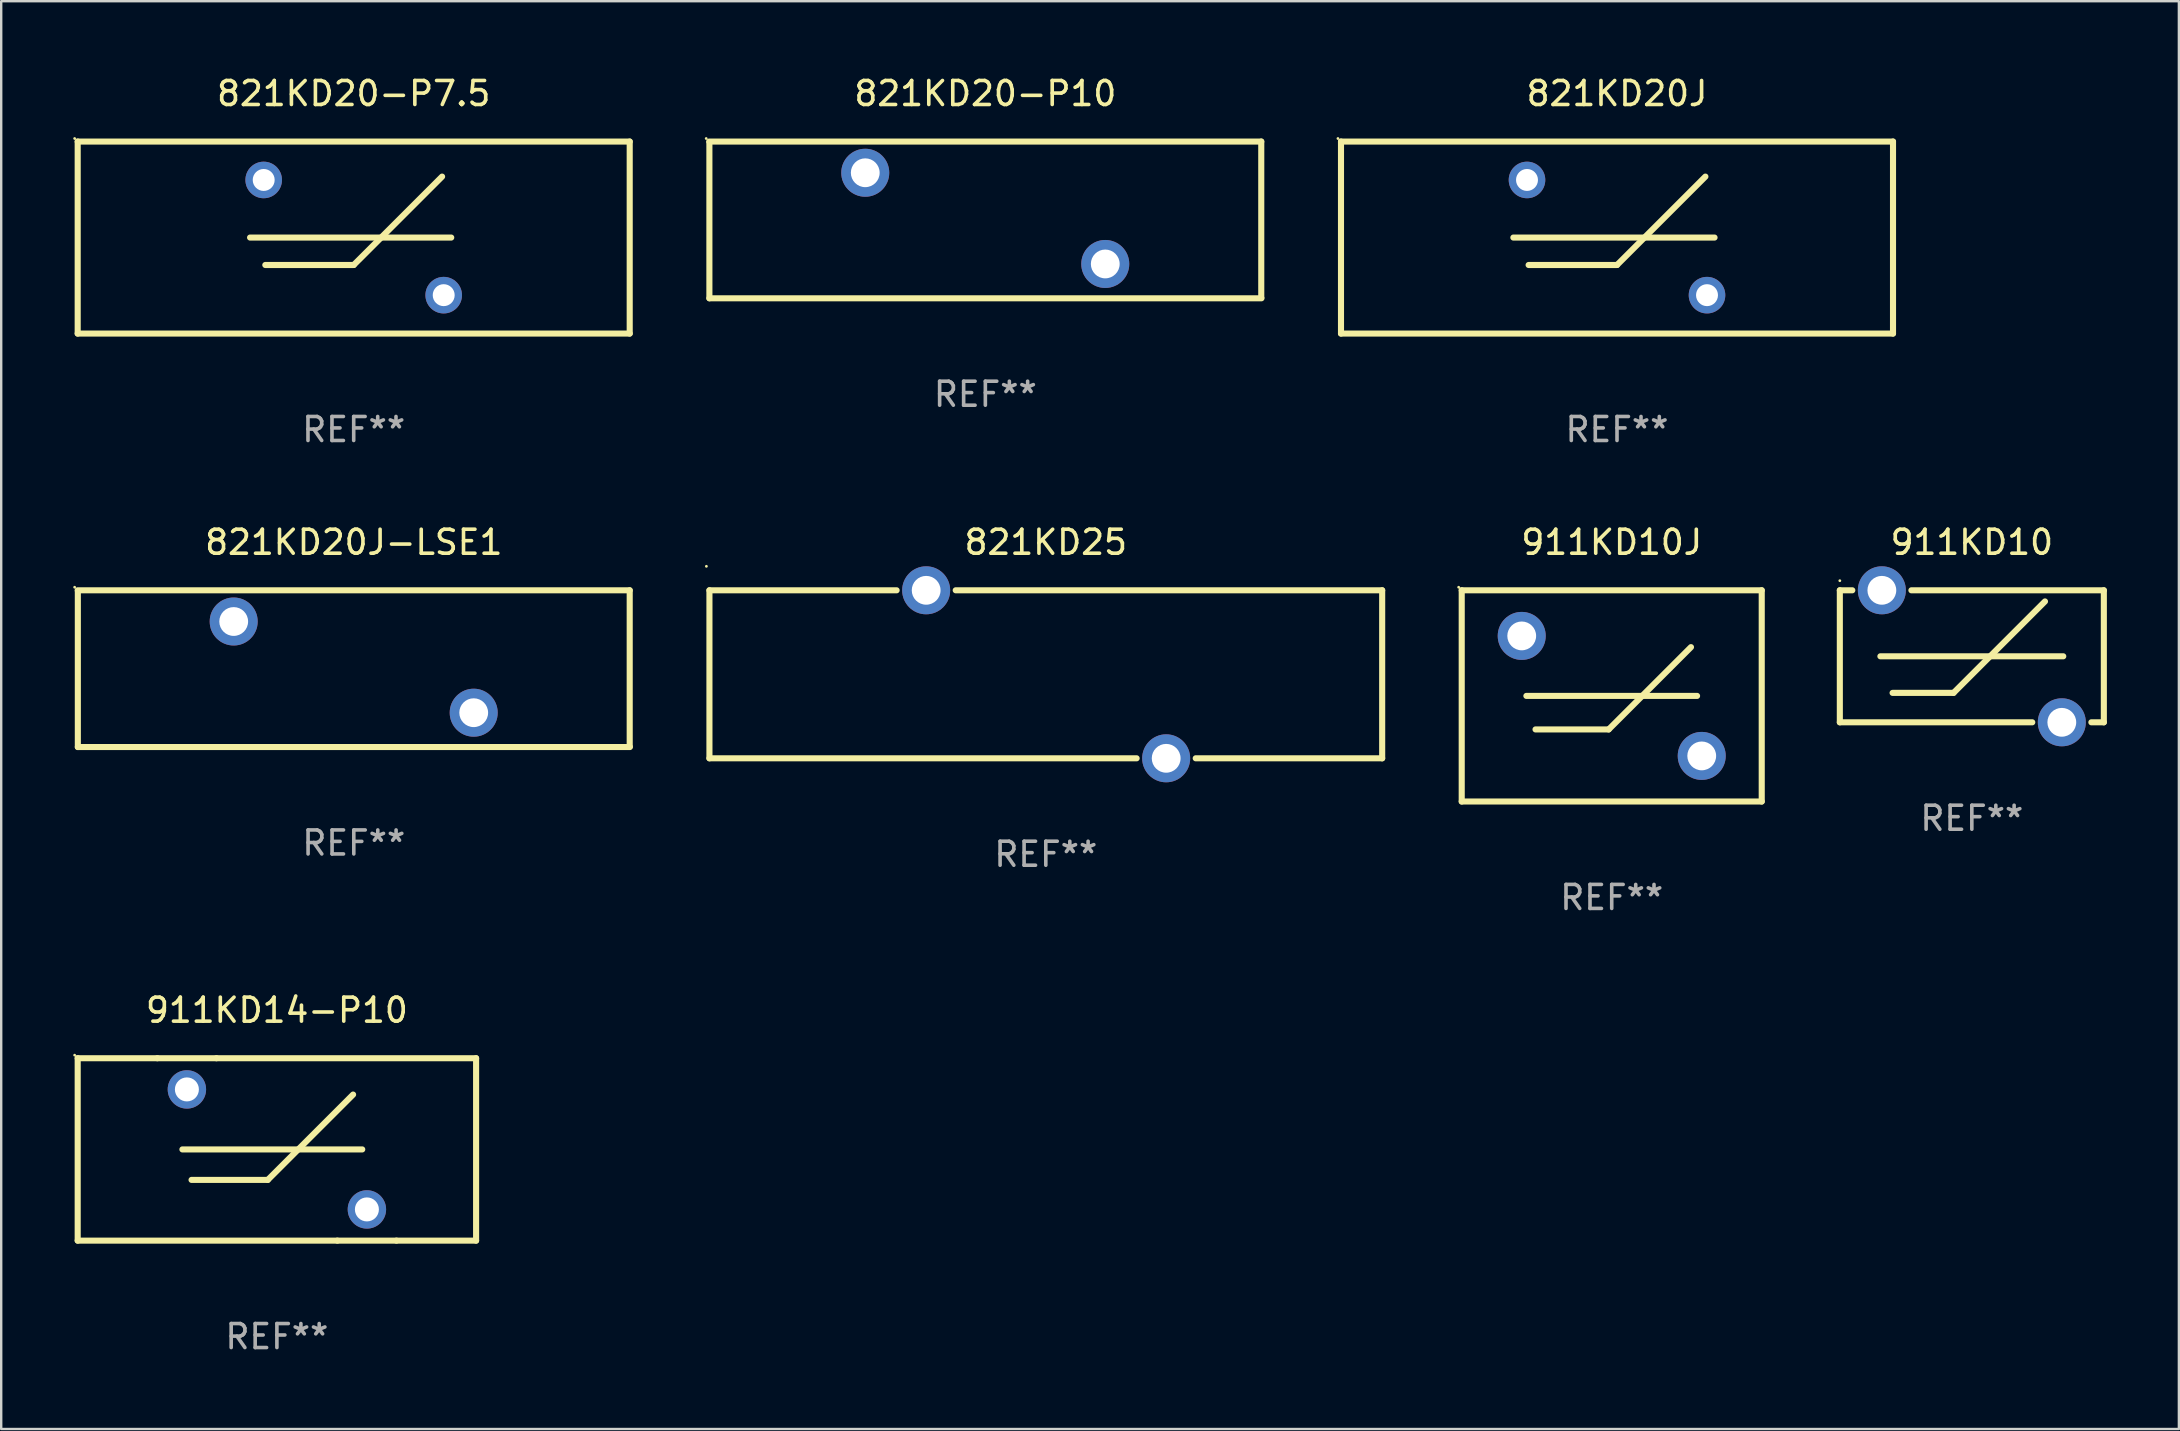
<source format=kicad_pcb>
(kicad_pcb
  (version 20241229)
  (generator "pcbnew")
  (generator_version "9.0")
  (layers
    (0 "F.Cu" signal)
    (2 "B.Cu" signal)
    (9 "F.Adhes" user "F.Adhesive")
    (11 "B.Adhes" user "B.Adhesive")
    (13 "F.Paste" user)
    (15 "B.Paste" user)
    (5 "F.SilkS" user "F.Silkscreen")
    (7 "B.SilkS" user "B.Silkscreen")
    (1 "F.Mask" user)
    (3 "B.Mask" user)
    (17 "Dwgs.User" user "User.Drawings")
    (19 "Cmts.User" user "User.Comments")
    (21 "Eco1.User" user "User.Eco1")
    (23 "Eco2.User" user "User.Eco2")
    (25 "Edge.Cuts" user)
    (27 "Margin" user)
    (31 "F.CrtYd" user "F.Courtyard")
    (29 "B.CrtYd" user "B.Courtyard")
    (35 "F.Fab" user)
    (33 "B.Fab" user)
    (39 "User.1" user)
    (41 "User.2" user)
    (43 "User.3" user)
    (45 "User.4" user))
  (footprint "911KD10J"
    (layer "F.Cu")
    (at 64.103 25.945)
    (property "Reference" "911KD10J" (at 0 -6.4 0) (layer "F.SilkS") (effects (font (size 1 1) (thickness 0.15))))
    (attr through_hole)
    (fp_line (start -6.25 -4.4) (end 6.25 -4.4) (stroke (width 0.254) (type solid)) (layer "F.SilkS"))
    (fp_line (start -6.25 4.4) (end -6.25 -4.4) (stroke (width 0.254) (type solid)) (layer "F.SilkS"))
    (fp_line (start -6.25 4.4) (end 6.25 4.4) (stroke (width 0.254) (type solid)) (layer "F.SilkS"))
    (fp_line (start -3.556 0) (end 3.556 0) (stroke (width 0.254) (type solid)) (layer "F.SilkS"))
    (fp_line (start -3.175 1.397) (end -0.127 1.397) (stroke (width 0.254) (type solid)) (layer "F.SilkS"))
    (fp_line (start -0.127 1.397) (end 3.302 -2.032) (stroke (width 0.254) (type solid)) (layer "F.SilkS"))
    (fp_line (start 6.25 -4.4) (end 6.25 4.4) (stroke (width 0.254) (type solid)) (layer "F.SilkS"))
    (fp_circle (center -6.377 -4.527) (end -6.347 -4.527) (stroke (width 0.06) (type solid)) (fill no) (layer "F.SilkS"))
    (fp_text user "REF**" (at 0 8.4 0) (layer "F.Fab") (effects (font (size 1 1) (thickness 0.15))))
    (pad "1" thru_hole circle (at -3.75 -2.5) (size 2 2) (drill 1.2) (layers "*.Cu" "*.Mask"))
    (pad "2" thru_hole circle (at 3.75 2.5) (size 2 2) (drill 1.2) (layers "*.Cu" "*.Mask")))
  (footprint "821KD20-P7.5"
    (layer "F.Cu")
    (at 11.687 6.848)
    (property "Reference" "821KD20-P7.5" (at 0 -6 0) (layer "F.SilkS") (effects (font (size 1 1) (thickness 0.15))))
    (attr through_hole)
    (fp_line (start -11.5 -4) (end -11.5 4) (stroke (width 0.254) (type solid)) (layer "F.SilkS"))
    (fp_line (start -11.5 -4) (end 11.5 -4) (stroke (width 0.254) (type solid)) (layer "F.SilkS"))
    (fp_line (start -11.5 4) (end 11.5 4) (stroke (width 0.254) (type solid)) (layer "F.SilkS"))
    (fp_line (start -4.318 0) (end 4.064 0) (stroke (width 0.254) (type solid)) (layer "F.SilkS"))
    (fp_line (start -3.683 1.143) (end 0 1.143) (stroke (width 0.254) (type solid)) (layer "F.SilkS"))
    (fp_line (start 0 1.143) (end 3.683 -2.54) (stroke (width 0.254) (type solid)) (layer "F.SilkS"))
    (fp_line (start 11.5 -4) (end 11.5 4) (stroke (width 0.254) (type solid)) (layer "F.SilkS"))
    (fp_circle (center -11.627 -4.127) (end -11.597 -4.127) (stroke (width 0.06) (type solid)) (fill no) (layer "F.SilkS"))
    (fp_text user "REF**" (at 0 8 0) (layer "F.Fab") (effects (font (size 1 1) (thickness 0.15))))
    (pad "1" thru_hole circle (at -3.75 -2.4) (size 1.524 1.524) (drill 0.914) (layers "*.Cu" "*.Mask"))
    (pad "2" thru_hole circle (at 3.75 2.4) (size 1.524 1.524) (drill 0.914) (layers "*.Cu" "*.Mask")))
  (footprint "821KD25"
    (layer "F.Cu")
    (at 40.524 25.045)
    (property "Reference" "821KD25" (at 0 -5.5 0) (layer "F.SilkS") (effects (font (size 1 1) (thickness 0.15))))
    (attr through_hole)
    (fp_line (start -14.015 -3.5) (end -6.216 -3.5) (stroke (width 0.254) (type solid)) (layer "F.SilkS"))
    (fp_line (start -14.015 3.5) (end -14.015 -3.5) (stroke (width 0.254) (type solid)) (layer "F.SilkS"))
    (fp_line (start -14.015 3.5) (end 3.784 3.5) (stroke (width 0.254) (type solid)) (layer "F.SilkS"))
    (fp_line (start -3.754 -3.5) (end 14.015 -3.5) (stroke (width 0.254) (type solid)) (layer "F.SilkS"))
    (fp_line (start 6.246 3.5) (end 14.015 3.5) (stroke (width 0.254) (type solid)) (layer "F.SilkS"))
    (fp_line (start 14.015 -3.5) (end 14.015 3.5) (stroke (width 0.254) (type solid)) (layer "F.SilkS"))
    (fp_circle (center -14.142 -4.5) (end -14.112 -4.5) (stroke (width 0.06) (type solid)) (fill no) (layer "F.SilkS"))
    (fp_text user "REF**" (at 0 7.5 0) (layer "F.Fab") (effects (font (size 1 1) (thickness 0.15))))
    (pad "1" thru_hole circle (at -4.985 -3.5) (size 2 2) (drill 1.2) (layers "*.Cu" "*.Mask"))
    (pad "2" thru_hole circle (at 5.015 3.5) (size 2 2) (drill 1.2) (layers "*.Cu" "*.Mask")))
  (footprint "911KD14-P10"
    (layer "F.Cu")
    (at 8.487 44.841)
    (property "Reference" "911KD14-P10" (at 0 -5.8 0) (layer "F.SilkS") (effects (font (size 1 1) (thickness 0.15))))
    (attr through_hole)
    (fp_line (start -8.3 -3.8) (end -8.3 3.8) (stroke (width 0.254) (type solid)) (layer "F.SilkS"))
    (fp_line (start -8.3 -3.8) (end -4.981 -3.8) (stroke (width 0.254) (type solid)) (layer "F.SilkS"))
    (fp_line (start -8.3 3.8) (end 2.519 3.8) (stroke (width 0.254) (type solid)) (layer "F.SilkS"))
    (fp_line (start -4.981 -3.8) (end -2.519 -3.8) (stroke (width 0.254) (type solid)) (layer "F.SilkS"))
    (fp_line (start -3.937 0.000013) (end 3.556 0.000013) (stroke (width 0.254) (type solid)) (layer "F.SilkS"))
    (fp_line (start -3.556 1.27) (end -0.381 1.27) (stroke (width 0.254) (type solid)) (layer "F.SilkS"))
    (fp_line (start -2.519 -3.8) (end 8.3 -3.8) (stroke (width 0.254) (type solid)) (layer "F.SilkS"))
    (fp_line (start -0.381 1.27) (end 3.175 -2.286) (stroke (width 0.254) (type solid)) (layer "F.SilkS"))
    (fp_line (start 4.981 3.8) (end 2.519 3.8) (stroke (width 0.254) (type solid)) (layer "F.SilkS"))
    (fp_line (start 4.981 3.8) (end 8.3 3.8) (stroke (width 0.254) (type solid)) (layer "F.SilkS"))
    (fp_line (start 8.3 -3.8) (end 8.3 3.8) (stroke (width 0.254) (type solid)) (layer "F.SilkS"))
    (fp_circle (center -8.427 -3.927) (end -8.397 -3.927) (stroke (width 0.06) (type solid)) (fill no) (layer "F.SilkS"))
    (fp_text user "REF**" (at 0 7.8 0) (layer "F.Fab") (effects (font (size 1 1) (thickness 0.15))))
    (pad "1" thru_hole circle (at -3.75 -2.5) (size 1.6 1.6) (drill 1) (layers "*.Cu" "*.Mask"))
    (pad "2" thru_hole circle (at 3.75 2.5) (size 1.6 1.6) (drill 1) (layers "*.Cu" "*.Mask")))
  (footprint "821KD20J"
    (layer "F.Cu")
    (at 64.323 6.848)
    (property "Reference" "821KD20J" (at 0 -6 0) (layer "F.SilkS") (effects (font (size 1 1) (thickness 0.15))))
    (attr through_hole)
    (fp_line (start -11.5 -4) (end -11.5 4) (stroke (width 0.254) (type solid)) (layer "F.SilkS"))
    (fp_line (start -11.5 -4) (end 11.5 -4) (stroke (width 0.254) (type solid)) (layer "F.SilkS"))
    (fp_line (start -11.5 4) (end 11.5 4) (stroke (width 0.254) (type solid)) (layer "F.SilkS"))
    (fp_line (start -4.318 0) (end 4.064 0) (stroke (width 0.254) (type solid)) (layer "F.SilkS"))
    (fp_line (start -3.683 1.143) (end 0 1.143) (stroke (width 0.254) (type solid)) (layer "F.SilkS"))
    (fp_line (start 0 1.143) (end 3.683 -2.54) (stroke (width 0.254) (type solid)) (layer "F.SilkS"))
    (fp_line (start 11.5 -4) (end 11.5 4) (stroke (width 0.254) (type solid)) (layer "F.SilkS"))
    (fp_circle (center -11.627 -4.127) (end -11.597 -4.127) (stroke (width 0.06) (type solid)) (fill no) (layer "F.SilkS"))
    (fp_text user "REF**" (at 0 8 0) (layer "F.Fab") (effects (font (size 1 1) (thickness 0.15))))
    (pad "1" thru_hole circle (at -3.75 -2.4) (size 1.524 1.524) (drill 0.914) (layers "*.Cu" "*.Mask"))
    (pad "2" thru_hole circle (at 3.75 2.4) (size 1.524 1.524) (drill 0.914) (layers "*.Cu" "*.Mask")))
  (footprint "821KD20J-LSE1"
    (layer "F.Cu")
    (at 11.691 24.81)
    (property "Reference" "821KD20J-LSE1" (at 0 -5.265 0) (layer "F.SilkS") (effects (font (size 1 1) (thickness 0.15))))
    (attr through_hole)
    (fp_line (start -11.504 -3.265) (end 11.496 -3.265) (stroke (width 0.254) (type solid)) (layer "F.SilkS"))
    (fp_line (start -11.498 3.265) (end -11.498 -3.235) (stroke (width 0.254) (type solid)) (layer "F.SilkS"))
    (fp_line (start 11.496 -3.265) (end 11.496 3.235) (stroke (width 0.254) (type solid)) (layer "F.SilkS"))
    (fp_line (start 11.504 3.265) (end -11.498 3.265) (stroke (width 0.254) (type solid)) (layer "F.SilkS"))
    (fp_circle (center -11.631 -3.392) (end -11.601 -3.392) (stroke (width 0.06) (type solid)) (fill no) (layer "F.SilkS"))
    (fp_text user "REF**" (at 0 7.265 0) (layer "F.Fab") (effects (font (size 1 1) (thickness 0.15))))
    (pad "1" thru_hole circle (at -5.004 -1.965) (size 2 2) (drill 1.2) (layers "*.Cu" "*.Mask"))
    (pad "2" thru_hole circle (at 4.996 1.835) (size 2 2) (drill 1.2) (layers "*.Cu" "*.Mask")))
  (footprint "911KD10"
    (layer "F.Cu")
    (at 79.107 24.295)
    (property "Reference" "911KD10" (at 0 -4.75 0) (layer "F.SilkS") (effects (font (size 1 1) (thickness 0.15))))
    (attr through_hole)
    (fp_line (start -5.5 -2.75) (end -5.5 2.75) (stroke (width 0.254) (type solid)) (layer "F.SilkS"))
    (fp_line (start -5.5 -2.75) (end -4.98 -2.75) (stroke (width 0.254) (type solid)) (layer "F.SilkS"))
    (fp_line (start -3.81 0) (end 3.81 0) (stroke (width 0.254) (type solid)) (layer "F.SilkS"))
    (fp_line (start -3.302 1.524) (end -0.762 1.524) (stroke (width 0.254) (type solid)) (layer "F.SilkS"))
    (fp_line (start -2.518 -2.75) (end 5.5 -2.75) (stroke (width 0.254) (type solid)) (layer "F.SilkS"))
    (fp_line (start -0.762 1.524) (end 3.048 -2.286) (stroke (width 0.254) (type solid)) (layer "F.SilkS"))
    (fp_line (start 2.518 2.75) (end -5.5 2.75) (stroke (width 0.254) (type solid)) (layer "F.SilkS"))
    (fp_line (start 5.5 2.75) (end 4.98 2.75) (stroke (width 0.254) (type solid)) (layer "F.SilkS"))
    (fp_line (start 5.5 2.75) (end 5.5 -2.75) (stroke (width 0.254) (type solid)) (layer "F.SilkS"))
    (fp_circle (center -5.5 -3.15) (end -5.47 -3.15) (stroke (width 0.06) (type solid)) (fill no) (layer "F.SilkS"))
    (fp_text user "REF**" (at 0 6.75 0) (layer "F.Fab") (effects (font (size 1 1) (thickness 0.15))))
    (pad "1" thru_hole circle (at -3.749 -2.75) (size 2 2) (drill 1.2) (layers "*.Cu" "*.Mask"))
    (pad "2" thru_hole circle (at 3.749 2.75) (size 2 2) (drill 1.2) (layers "*.Cu" "*.Mask")))
  (footprint "821KD20-P10"
    (layer "F.Cu")
    (at 38.005 6.113)
    (property "Reference" "821KD20-P10" (at 0 -5.265 0) (layer "F.SilkS") (effects (font (size 1 1) (thickness 0.15))))
    (attr through_hole)
    (fp_line (start -11.504 -3.265) (end 11.496 -3.265) (stroke (width 0.254) (type solid)) (layer "F.SilkS"))
    (fp_line (start -11.498 3.265) (end -11.498 -3.235) (stroke (width 0.254) (type solid)) (layer "F.SilkS"))
    (fp_line (start 11.496 -3.265) (end 11.496 3.235) (stroke (width 0.254) (type solid)) (layer "F.SilkS"))
    (fp_line (start 11.504 3.265) (end -11.498 3.265) (stroke (width 0.254) (type solid)) (layer "F.SilkS"))
    (fp_circle (center -11.631 -3.392) (end -11.601 -3.392) (stroke (width 0.06) (type solid)) (fill no) (layer "F.SilkS"))
    (fp_text user "REF**" (at 0 7.265 0) (layer "F.Fab") (effects (font (size 1 1) (thickness 0.15))))
    (pad "1" thru_hole circle (at -5.004 -1.965) (size 2 2) (drill 1.2) (layers "*.Cu" "*.Mask"))
    (pad "2" thru_hole circle (at 4.996 1.835) (size 2 2) (drill 1.2) (layers "*.Cu" "*.Mask")))
  (gr_rect
    (start -3 -3)
    (end 87.734 56.49)
    (stroke (width 0.1) (type default))
    (fill no)
    (layer "Edge.Cuts")))
</source>
